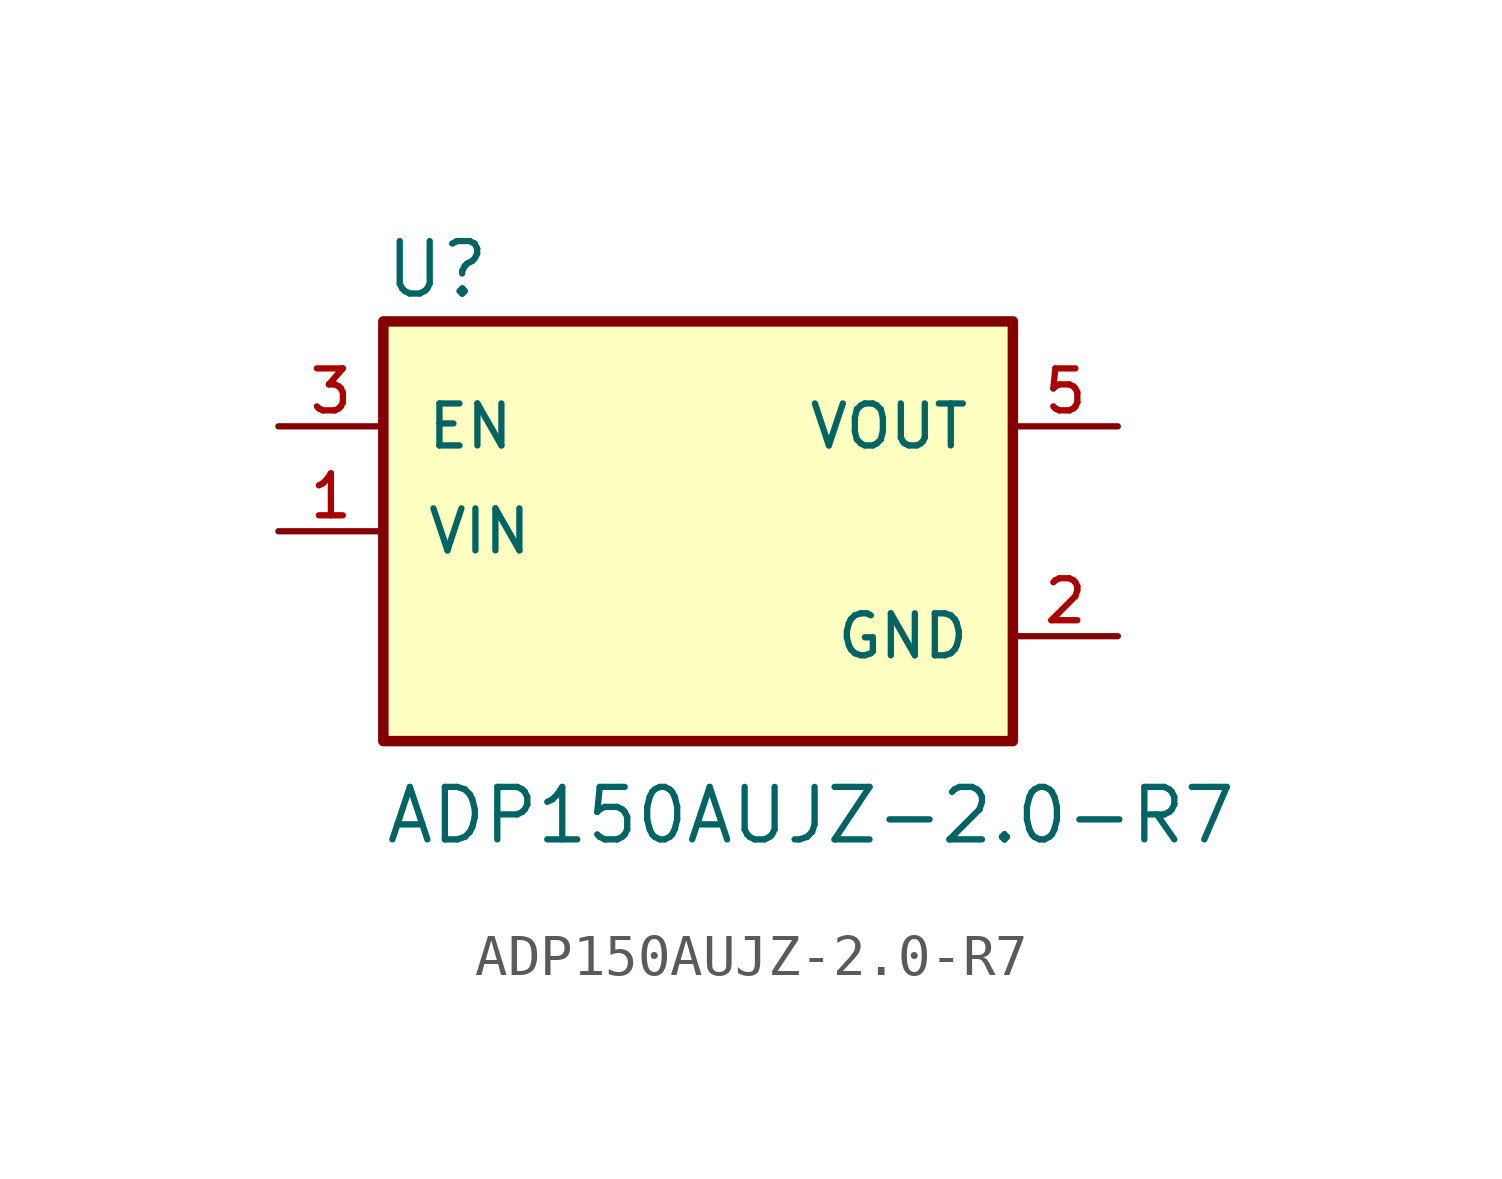
<source format=kicad_sym>
(kicad_symbol_lib
  (version 20211014)
  (generator kicad_symbol_editor)
  (symbol "ADP150AUJZ-2.0-R7"
    (pin_names
      (offset 1.016))
    (property "Reference" "U"
      (at -7.626 5.592 0)
      (effects (font (size 1.27 1.27)) (justify bottom left)))
    (property "Value" "ADP150AUJZ-2.0-R7"
      (at -7.622 -7.622 0)
      (effects (font (size 1.27 1.27)) (justify bottom left)))
    (symbol "ADP150AUJZ-2.0-R7_0_0"
      (rectangle (start -7.62 -5.08) (end 7.62 5.08) (stroke (width 0.254)) (fill (type background)))
      (pin input line (at -10.16 0.0 0) (length 2.54) (name "VIN" (effects (font (size 1.016 1.016)))) (number "1" (effects (font (size 1.016 1.016)))))
      (pin output line (at 10.16 2.54 180.0) (length 2.54) (name "VOUT" (effects (font (size 1.016 1.016)))) (number "5" (effects (font (size 1.016 1.016)))))
      (pin input line (at -10.16 2.54 0) (length 2.54) (name "EN" (effects (font (size 1.016 1.016)))) (number "3" (effects (font (size 1.016 1.016)))))
      (pin power_in line (at 10.16 -2.54 180.0) (length 2.54) (name "GND" (effects (font (size 1.016 1.016)))) (number "2" (effects (font (size 1.016 1.016))))))))
</source>
